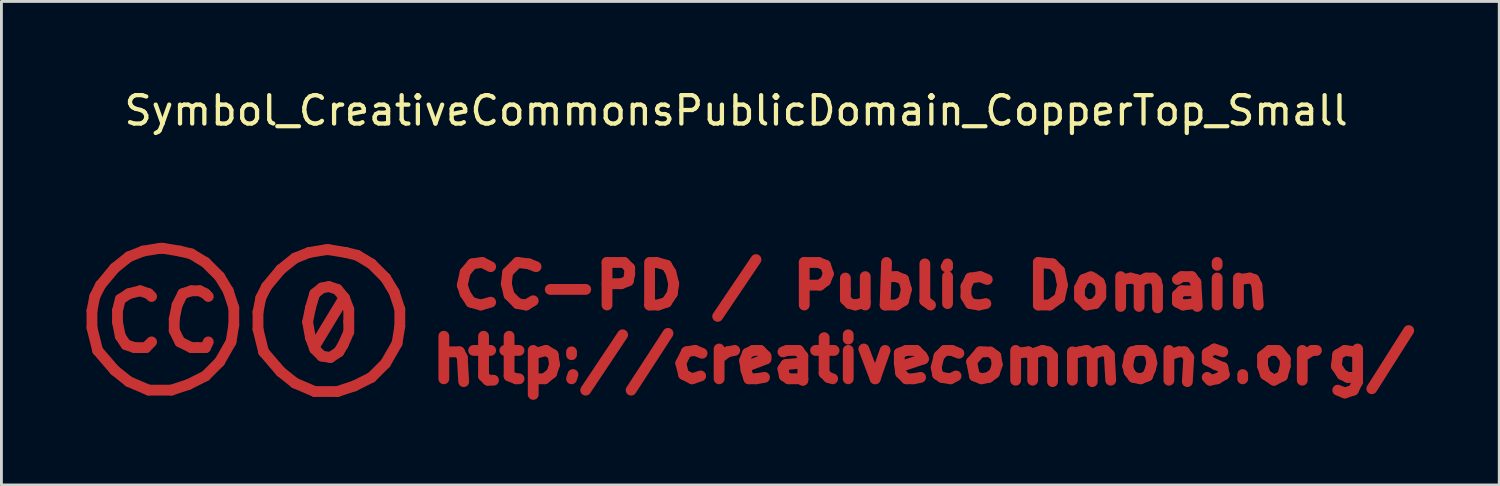
<source format=kicad_pcb>
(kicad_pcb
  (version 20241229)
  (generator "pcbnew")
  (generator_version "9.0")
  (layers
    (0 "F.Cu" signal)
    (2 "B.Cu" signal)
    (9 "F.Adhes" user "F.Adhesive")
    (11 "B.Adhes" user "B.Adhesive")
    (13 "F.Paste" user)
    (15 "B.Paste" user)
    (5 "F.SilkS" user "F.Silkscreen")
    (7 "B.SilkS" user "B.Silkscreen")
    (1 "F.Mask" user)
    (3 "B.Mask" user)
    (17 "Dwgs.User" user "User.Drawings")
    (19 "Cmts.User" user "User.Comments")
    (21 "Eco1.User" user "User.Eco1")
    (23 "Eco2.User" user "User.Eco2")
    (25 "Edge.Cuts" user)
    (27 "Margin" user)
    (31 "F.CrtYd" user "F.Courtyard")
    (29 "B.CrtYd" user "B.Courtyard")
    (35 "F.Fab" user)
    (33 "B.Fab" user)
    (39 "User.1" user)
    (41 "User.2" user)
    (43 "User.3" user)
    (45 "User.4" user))
  (footprint "Symbol_CreativeCommonsPublicDomain_CopperTop_Small"
    (layer "F.Cu")
    (at 22.29 8.148)
    (property "Reference" "Symbol_CreativeCommonsPublicDomain_CopperTop_Small" (at 0.599 -7.3 0) (layer "F.SilkS") (effects (font (size 1 1) (thickness 0.15))))
    (attr through_hole)
    (fp_line (start -22.099 -0.25) (end -22.099 0.35) (stroke (width 0.381) (type solid)) (layer "F.Cu"))
    (fp_line (start -22.099 0.35) (end -21.901 1.15) (stroke (width 0.381) (type solid)) (layer "F.Cu"))
    (fp_line (start -22 -0.75) (end -22.099 -0.25) (stroke (width 0.381) (type solid)) (layer "F.Cu"))
    (fp_line (start -21.901 1.15) (end -21.299 1.851) (stroke (width 0.381) (type solid)) (layer "F.Cu"))
    (fp_line (start -21.8 -1.149) (end -22 -0.75) (stroke (width 0.381) (type solid)) (layer "F.Cu"))
    (fp_line (start -21.299 -1.751) (end -21.8 -1.149) (stroke (width 0.381) (type solid)) (layer "F.Cu"))
    (fp_line (start -21.299 1.851) (end -20.799 2.25) (stroke (width 0.381) (type solid)) (layer "F.Cu"))
    (fp_line (start -21.2 -0.25) (end -21.2 0.149) (stroke (width 0.381) (type solid)) (layer "F.Cu"))
    (fp_line (start -21.2 0.149) (end -21.101 0.649) (stroke (width 0.381) (type solid)) (layer "F.Cu"))
    (fp_line (start -21.101 -0.651) (end -21.2 -0.25) (stroke (width 0.381) (type solid)) (layer "F.Cu"))
    (fp_line (start -21.101 0.649) (end -20.9 0.949) (stroke (width 0.381) (type solid)) (layer "F.Cu"))
    (fp_line (start -20.9 0.949) (end -20.601 1.051) (stroke (width 0.381) (type solid)) (layer "F.Cu"))
    (fp_line (start -20.799 -2.15) (end -21.299 -1.751) (stroke (width 0.381) (type solid)) (layer "F.Cu"))
    (fp_line (start -20.799 -0.849) (end -21.101 -0.651) (stroke (width 0.381) (type solid)) (layer "F.Cu"))
    (fp_line (start -20.799 2.25) (end -20.1 2.549) (stroke (width 0.381) (type solid)) (layer "F.Cu"))
    (fp_line (start -20.601 1.051) (end -20.199 1.051) (stroke (width 0.381) (type solid)) (layer "F.Cu"))
    (fp_line (start -20.4 -0.951) (end -20.799 -0.849) (stroke (width 0.381) (type solid)) (layer "F.Cu"))
    (fp_line (start -20.301 -2.35) (end -20.799 -2.15) (stroke (width 0.381) (type solid)) (layer "F.Cu"))
    (fp_line (start -20.199 1.051) (end -19.999 0.85) (stroke (width 0.381) (type solid)) (layer "F.Cu"))
    (fp_line (start -20.1 -0.849) (end -20.4 -0.951) (stroke (width 0.381) (type solid)) (layer "F.Cu"))
    (fp_line (start -20.1 2.549) (end -19.3 2.549) (stroke (width 0.381) (type solid)) (layer "F.Cu"))
    (fp_line (start -19.999 -0.75) (end -20.1 -0.849) (stroke (width 0.381) (type solid)) (layer "F.Cu"))
    (fp_line (start -19.699 -2.449) (end -20.301 -2.35) (stroke (width 0.381) (type solid)) (layer "F.Cu"))
    (fp_line (start -19.6 -2.449) (end -19.699 -2.449) (stroke (width 0.381) (type solid)) (layer "F.Cu"))
    (fp_line (start -19.3 2.549) (end -18.701 2.351) (stroke (width 0.381) (type solid)) (layer "F.Cu"))
    (fp_line (start -19.201 0.05) (end -19.201 0.449) (stroke (width 0.381) (type solid)) (layer "F.Cu"))
    (fp_line (start -19.201 0.449) (end -19.001 0.85) (stroke (width 0.381) (type solid)) (layer "F.Cu"))
    (fp_line (start -19.1 -0.45) (end -19.201 0.05) (stroke (width 0.381) (type solid)) (layer "F.Cu"))
    (fp_line (start -19.001 -2.35) (end -19.6 -2.449) (stroke (width 0.381) (type solid)) (layer "F.Cu"))
    (fp_line (start -19.001 0.85) (end -18.599 1.051) (stroke (width 0.381) (type solid)) (layer "F.Cu"))
    (fp_line (start -18.899 -0.849) (end -19.1 -0.45) (stroke (width 0.381) (type solid)) (layer "F.Cu"))
    (fp_line (start -18.701 2.351) (end -18.099 2.049) (stroke (width 0.381) (type solid)) (layer "F.Cu"))
    (fp_line (start -18.599 -2.251) (end -19.001 -2.35) (stroke (width 0.381) (type solid)) (layer "F.Cu"))
    (fp_line (start -18.599 -0.951) (end -18.899 -0.849) (stroke (width 0.381) (type solid)) (layer "F.Cu"))
    (fp_line (start -18.599 1.051) (end -18.401 1.051) (stroke (width 0.381) (type solid)) (layer "F.Cu"))
    (fp_line (start -18.401 1.051) (end -18.099 1.051) (stroke (width 0.381) (type solid)) (layer "F.Cu"))
    (fp_line (start -18.3 -0.951) (end -18.599 -0.951) (stroke (width 0.381) (type solid)) (layer "F.Cu"))
    (fp_line (start -18.099 -1.949) (end -18.599 -2.251) (stroke (width 0.381) (type solid)) (layer "F.Cu"))
    (fp_line (start -18.099 -0.849) (end -18.3 -0.951) (stroke (width 0.381) (type solid)) (layer "F.Cu"))
    (fp_line (start -18.099 1.051) (end -18 0.85) (stroke (width 0.381) (type solid)) (layer "F.Cu"))
    (fp_line (start -18.099 2.049) (end -17.601 1.551) (stroke (width 0.381) (type solid)) (layer "F.Cu"))
    (fp_line (start -18 -0.75) (end -18.099 -0.849) (stroke (width 0.381) (type solid)) (layer "F.Cu"))
    (fp_line (start -17.601 -1.451) (end -18.099 -1.949) (stroke (width 0.381) (type solid)) (layer "F.Cu"))
    (fp_line (start -17.601 1.551) (end -17.2 0.85) (stroke (width 0.381) (type solid)) (layer "F.Cu"))
    (fp_line (start -17.299 -0.951) (end -17.601 -1.451) (stroke (width 0.381) (type solid)) (layer "F.Cu"))
    (fp_line (start -17.2 0.85) (end -17.101 0.251) (stroke (width 0.381) (type solid)) (layer "F.Cu"))
    (fp_line (start -17.101 -0.349) (end -17.299 -0.951) (stroke (width 0.381) (type solid)) (layer "F.Cu"))
    (fp_line (start -17.101 0.251) (end -17.101 -0.349) (stroke (width 0.381) (type solid)) (layer "F.Cu"))
    (fp_line (start -16.249 -0.2) (end -16.249 0.4) (stroke (width 0.381) (type solid)) (layer "F.Cu"))
    (fp_line (start -16.249 0.4) (end -16.051 1.2) (stroke (width 0.381) (type solid)) (layer "F.Cu"))
    (fp_line (start -16.15 -0.7) (end -16.249 -0.2) (stroke (width 0.381) (type solid)) (layer "F.Cu"))
    (fp_line (start -16.051 1.2) (end -15.449 1.901) (stroke (width 0.381) (type solid)) (layer "F.Cu"))
    (fp_line (start -15.95 -1.099) (end -16.15 -0.7) (stroke (width 0.381) (type solid)) (layer "F.Cu"))
    (fp_line (start -15.449 -1.701) (end -15.95 -1.099) (stroke (width 0.381) (type solid)) (layer "F.Cu"))
    (fp_line (start -15.449 1.901) (end -14.949 2.3) (stroke (width 0.381) (type solid)) (layer "F.Cu"))
    (fp_line (start -14.949 -2.1) (end -15.449 -1.701) (stroke (width 0.381) (type solid)) (layer "F.Cu"))
    (fp_line (start -14.949 2.3) (end -14.25 2.599) (stroke (width 0.381) (type solid)) (layer "F.Cu"))
    (fp_line (start -14.5 0.15) (end -14.4 -0.35) (stroke (width 0.381) (type solid)) (layer "F.Cu"))
    (fp_line (start -14.451 -2.3) (end -14.949 -2.1) (stroke (width 0.381) (type solid)) (layer "F.Cu"))
    (fp_line (start -14.4 -0.35) (end -14.25 -0.85) (stroke (width 0.381) (type solid)) (layer "F.Cu"))
    (fp_line (start -14.4 0.7) (end -14.5 0.15) (stroke (width 0.381) (type solid)) (layer "F.Cu"))
    (fp_line (start -14.25 2.599) (end -13.45 2.599) (stroke (width 0.381) (type solid)) (layer "F.Cu"))
    (fp_line (start -14.25 -0.85) (end -14 -1.05) (stroke (width 0.381) (type solid)) (layer "F.Cu"))
    (fp_line (start -14.25 1.1) (end -14.4 0.7) (stroke (width 0.381) (type solid)) (layer "F.Cu"))
    (fp_line (start -14 -1.05) (end -13.75 -1.1) (stroke (width 0.381) (type solid)) (layer "F.Cu"))
    (fp_line (start -14 1.35) (end -14.25 1.1) (stroke (width 0.381) (type solid)) (layer "F.Cu"))
    (fp_line (start -13.849 -2.399) (end -14.451 -2.3) (stroke (width 0.381) (type solid)) (layer "F.Cu"))
    (fp_line (start -13.75 -2.399) (end -13.849 -2.399) (stroke (width 0.381) (type solid)) (layer "F.Cu"))
    (fp_line (start -13.75 -1.1) (end -13.45 -1) (stroke (width 0.381) (type solid)) (layer "F.Cu"))
    (fp_line (start -13.7 1.4) (end -14 1.35) (stroke (width 0.381) (type solid)) (layer "F.Cu"))
    (fp_line (start -13.45 2.599) (end -12.851 2.401) (stroke (width 0.381) (type solid)) (layer "F.Cu"))
    (fp_line (start -13.45 -1) (end -13.2 -0.7) (stroke (width 0.381) (type solid)) (layer "F.Cu"))
    (fp_line (start -13.4 1.2) (end -13.7 1.4) (stroke (width 0.381) (type solid)) (layer "F.Cu"))
    (fp_line (start -13.25 -0.65) (end -14.25 1) (stroke (width 0.381) (type solid)) (layer "F.Cu"))
    (fp_line (start -13.25 0.95) (end -13.4 1.2) (stroke (width 0.381) (type solid)) (layer "F.Cu"))
    (fp_line (start -13.2 -0.7) (end -13.05 -0.3) (stroke (width 0.381) (type solid)) (layer "F.Cu"))
    (fp_line (start -13.151 -2.3) (end -13.75 -2.399) (stroke (width 0.381) (type solid)) (layer "F.Cu"))
    (fp_line (start -13.05 -0.3) (end -13.05 0.15) (stroke (width 0.381) (type solid)) (layer "F.Cu"))
    (fp_line (start -13.05 0.15) (end -13.05 0.5) (stroke (width 0.381) (type solid)) (layer "F.Cu"))
    (fp_line (start -13.05 0.5) (end -13.25 0.95) (stroke (width 0.381) (type solid)) (layer "F.Cu"))
    (fp_line (start -12.851 2.401) (end -12.249 2.099) (stroke (width 0.381) (type solid)) (layer "F.Cu"))
    (fp_line (start -12.749 -2.201) (end -13.151 -2.3) (stroke (width 0.381) (type solid)) (layer "F.Cu"))
    (fp_line (start -12.249 -1.899) (end -12.749 -2.201) (stroke (width 0.381) (type solid)) (layer "F.Cu"))
    (fp_line (start -12.249 2.099) (end -11.751 1.601) (stroke (width 0.381) (type solid)) (layer "F.Cu"))
    (fp_line (start -11.751 -1.401) (end -12.249 -1.899) (stroke (width 0.381) (type solid)) (layer "F.Cu"))
    (fp_line (start -11.751 1.601) (end -11.35 0.9) (stroke (width 0.381) (type solid)) (layer "F.Cu"))
    (fp_line (start -11.449 -0.901) (end -11.751 -1.401) (stroke (width 0.381) (type solid)) (layer "F.Cu"))
    (fp_line (start -11.35 0.9) (end -11.251 0.301) (stroke (width 0.381) (type solid)) (layer "F.Cu"))
    (fp_line (start -11.251 -0.299) (end -11.449 -0.901) (stroke (width 0.381) (type solid)) (layer "F.Cu"))
    (fp_line (start -11.251 0.301) (end -11.251 -0.299) (stroke (width 0.381) (type solid)) (layer "F.Cu"))
    (fp_line (start -9.7 0.65) (end -9.7 2.15) (stroke (width 0.381) (type solid)) (layer "F.Cu"))
    (fp_line (start -9.15 1.2) (end -9.55 1.2) (stroke (width 0.381) (type solid)) (layer "F.Cu"))
    (fp_line (start -9.05 -1.15) (end -8.95 -0.85) (stroke (width 0.381) (type solid)) (layer "F.Cu"))
    (fp_line (start -9.05 1.4) (end -9.15 1.2) (stroke (width 0.381) (type solid)) (layer "F.Cu"))
    (fp_line (start -9 2.25) (end -9.05 1.4) (stroke (width 0.381) (type solid)) (layer "F.Cu"))
    (fp_line (start -8.95 -1.6) (end -9.05 -1.15) (stroke (width 0.381) (type solid)) (layer "F.Cu"))
    (fp_line (start -8.95 -0.85) (end -8.75 -0.55) (stroke (width 0.381) (type solid)) (layer "F.Cu"))
    (fp_line (start -8.75 -0.55) (end -8.4 -0.45) (stroke (width 0.381) (type solid)) (layer "F.Cu"))
    (fp_line (start -8.7 -1.9) (end -8.95 -1.6) (stroke (width 0.381) (type solid)) (layer "F.Cu"))
    (fp_line (start -8.65 1.15) (end -8.05 1.15) (stroke (width 0.381) (type solid)) (layer "F.Cu"))
    (fp_line (start -8.4 -0.45) (end -8.05 -0.55) (stroke (width 0.381) (type solid)) (layer "F.Cu"))
    (fp_line (start -8.35 -1.95) (end -8.7 -1.9) (stroke (width 0.381) (type solid)) (layer "F.Cu"))
    (fp_line (start -8.3 0.65) (end -8.3 2.05) (stroke (width 0.381) (type solid)) (layer "F.Cu"))
    (fp_line (start -8.3 2.05) (end -8.15 2.2) (stroke (width 0.381) (type solid)) (layer "F.Cu"))
    (fp_line (start -8.15 2.2) (end -7.95 2.2) (stroke (width 0.381) (type solid)) (layer "F.Cu"))
    (fp_line (start -8.05 -1.8) (end -8.35 -1.95) (stroke (width 0.381) (type solid)) (layer "F.Cu"))
    (fp_line (start -7.5 -1.2) (end -7.4 -0.8) (stroke (width 0.381) (type solid)) (layer "F.Cu"))
    (fp_line (start -7.45 -1.6) (end -7.5 -1.2) (stroke (width 0.381) (type solid)) (layer "F.Cu"))
    (fp_line (start -7.4 -0.8) (end -7.1 -0.5) (stroke (width 0.381) (type solid)) (layer "F.Cu"))
    (fp_line (start -7.4 0.65) (end -7.4 2.05) (stroke (width 0.381) (type solid)) (layer "F.Cu"))
    (fp_line (start -7.4 2.05) (end -7.15 2.15) (stroke (width 0.381) (type solid)) (layer "F.Cu"))
    (fp_line (start -7.15 2.15) (end -7.05 2.15) (stroke (width 0.381) (type solid)) (layer "F.Cu"))
    (fp_line (start -7.1 -1.95) (end -7.45 -1.6) (stroke (width 0.381) (type solid)) (layer "F.Cu"))
    (fp_line (start -7.1 -0.5) (end -6.8 -0.45) (stroke (width 0.381) (type solid)) (layer "F.Cu"))
    (fp_line (start -7.05 1.15) (end -7.55 1.15) (stroke (width 0.381) (type solid)) (layer "F.Cu"))
    (fp_line (start -6.8 -0.45) (end -6.55 -0.6) (stroke (width 0.381) (type solid)) (layer "F.Cu"))
    (fp_line (start -6.7 -1.9) (end -7.1 -1.95) (stroke (width 0.381) (type solid)) (layer "F.Cu"))
    (fp_line (start -6.55 2.7) (end -6.55 1.15) (stroke (width 0.381) (type solid)) (layer "F.Cu"))
    (fp_line (start -6.5 2.15) (end -6.15 2.15) (stroke (width 0.381) (type solid)) (layer "F.Cu"))
    (fp_line (start -6.45 -1.8) (end -6.7 -1.9) (stroke (width 0.381) (type solid)) (layer "F.Cu"))
    (fp_line (start -6.15 2.15) (end -5.9 1.95) (stroke (width 0.381) (type solid)) (layer "F.Cu"))
    (fp_line (start -6.1 1.15) (end -6.45 1.25) (stroke (width 0.381) (type solid)) (layer "F.Cu"))
    (fp_line (start -5.95 -1) (end -4.7 -1) (stroke (width 0.381) (type solid)) (layer "F.Cu"))
    (fp_line (start -5.9 1.95) (end -5.8 1.65) (stroke (width 0.381) (type solid)) (layer "F.Cu"))
    (fp_line (start -5.85 1.3) (end -6.1 1.15) (stroke (width 0.381) (type solid)) (layer "F.Cu"))
    (fp_line (start -5.8 1.65) (end -5.85 1.3) (stroke (width 0.381) (type solid)) (layer "F.Cu"))
    (fp_line (start -5.2 1.2) (end -5.2 1.3) (stroke (width 0.381) (type solid)) (layer "F.Cu"))
    (fp_line (start -5.15 2) (end -5.2 2.15) (stroke (width 0.381) (type solid)) (layer "F.Cu"))
    (fp_line (start -4.7 2.55) (end -3.4 0.6) (stroke (width 0.381) (type solid)) (layer "F.Cu"))
    (fp_line (start -3.95 -1.95) (end -3.35 -1.95) (stroke (width 0.381) (type solid)) (layer "F.Cu"))
    (fp_line (start -3.95 -0.45) (end -3.95 -1.95) (stroke (width 0.381) (type solid)) (layer "F.Cu"))
    (fp_line (start -3.45 -1.2) (end -3.95 -1.2) (stroke (width 0.381) (type solid)) (layer "F.Cu"))
    (fp_line (start -3.35 -1.95) (end -3.15 -1.75) (stroke (width 0.381) (type solid)) (layer "F.Cu"))
    (fp_line (start -3.2 -1.3) (end -3.45 -1.2) (stroke (width 0.381) (type solid)) (layer "F.Cu"))
    (fp_line (start -3.15 -1.75) (end -3.15 -1.55) (stroke (width 0.381) (type solid)) (layer "F.Cu"))
    (fp_line (start -3.15 -1.55) (end -3.2 -1.3) (stroke (width 0.381) (type solid)) (layer "F.Cu"))
    (fp_line (start -3.1 2.55) (end -1.8 0.55) (stroke (width 0.381) (type solid)) (layer "F.Cu"))
    (fp_line (start -2.45 -1.95) (end -2.45 -0.45) (stroke (width 0.381) (type solid)) (layer "F.Cu"))
    (fp_line (start -2.45 -0.45) (end -2.15 -0.45) (stroke (width 0.381) (type solid)) (layer "F.Cu"))
    (fp_line (start -2.2 -1.95) (end -2.35 -1.95) (stroke (width 0.381) (type solid)) (layer "F.Cu"))
    (fp_line (start -2.15 -0.45) (end -1.85 -0.55) (stroke (width 0.381) (type solid)) (layer "F.Cu"))
    (fp_line (start -1.85 -1.85) (end -2.2 -1.95) (stroke (width 0.381) (type solid)) (layer "F.Cu"))
    (fp_line (start -1.85 -0.55) (end -1.65 -0.85) (stroke (width 0.381) (type solid)) (layer "F.Cu"))
    (fp_line (start -1.7 -1.6) (end -1.85 -1.85) (stroke (width 0.381) (type solid)) (layer "F.Cu"))
    (fp_line (start -1.65 -0.85) (end -1.6 -1.2) (stroke (width 0.381) (type solid)) (layer "F.Cu"))
    (fp_line (start -1.6 -1.2) (end -1.7 -1.6) (stroke (width 0.381) (type solid)) (layer "F.Cu"))
    (fp_line (start -1.35 1.6) (end -1.25 2) (stroke (width 0.381) (type solid)) (layer "F.Cu"))
    (fp_line (start -1.25 2) (end -0.95 2.15) (stroke (width 0.381) (type solid)) (layer "F.Cu"))
    (fp_line (start -1.15 1.2) (end -1.35 1.6) (stroke (width 0.381) (type solid)) (layer "F.Cu"))
    (fp_line (start -0.95 2.15) (end -0.65 2.05) (stroke (width 0.381) (type solid)) (layer "F.Cu"))
    (fp_line (start -0.85 1.15) (end -1.15 1.2) (stroke (width 0.381) (type solid)) (layer "F.Cu"))
    (fp_line (start -0.6 1.25) (end -0.85 1.15) (stroke (width 0.381) (type solid)) (layer "F.Cu"))
    (fp_line (start -0.05 -0.05) (end 1.3 -2.05) (stroke (width 0.381) (type solid)) (layer "F.Cu"))
    (fp_line (start 0 2.15) (end 0 1.1) (stroke (width 0.381) (type solid)) (layer "F.Cu"))
    (fp_line (start 0.3 1.2) (end 0.1 1.35) (stroke (width 0.381) (type solid)) (layer "F.Cu"))
    (fp_line (start 0.55 1.15) (end 0.3 1.2) (stroke (width 0.381) (type solid)) (layer "F.Cu"))
    (fp_line (start 0.9 1.5) (end 1 1.25) (stroke (width 0.381) (type solid)) (layer "F.Cu"))
    (fp_line (start 0.95 1.85) (end 0.9 1.5) (stroke (width 0.381) (type solid)) (layer "F.Cu"))
    (fp_line (start 1 1.25) (end 1.2 1.15) (stroke (width 0.381) (type solid)) (layer "F.Cu"))
    (fp_line (start 1.05 2.15) (end 0.95 1.85) (stroke (width 0.381) (type solid)) (layer "F.Cu"))
    (fp_line (start 1.2 1.15) (end 1.45 1.15) (stroke (width 0.381) (type solid)) (layer "F.Cu"))
    (fp_line (start 1.3 2.15) (end 1.05 2.15) (stroke (width 0.381) (type solid)) (layer "F.Cu"))
    (fp_line (start 1.45 1.15) (end 1.65 1.35) (stroke (width 0.381) (type solid)) (layer "F.Cu"))
    (fp_line (start 1.6 2.1) (end 1.3 2.15) (stroke (width 0.381) (type solid)) (layer "F.Cu"))
    (fp_line (start 1.65 1.35) (end 1.65 1.45) (stroke (width 0.381) (type solid)) (layer "F.Cu"))
    (fp_line (start 1.65 1.45) (end 1 1.7) (stroke (width 0.381) (type solid)) (layer "F.Cu"))
    (fp_line (start 2.25 1.2) (end 2.4 1.15) (stroke (width 0.381) (type solid)) (layer "F.Cu"))
    (fp_line (start 2.25 1.8) (end 2.35 1.65) (stroke (width 0.381) (type solid)) (layer "F.Cu"))
    (fp_line (start 2.3 2.05) (end 2.25 1.8) (stroke (width 0.381) (type solid)) (layer "F.Cu"))
    (fp_line (start 2.35 1.65) (end 2.85 1.6) (stroke (width 0.381) (type solid)) (layer "F.Cu"))
    (fp_line (start 2.4 1.15) (end 2.8 1.15) (stroke (width 0.381) (type solid)) (layer "F.Cu"))
    (fp_line (start 2.45 2.15) (end 2.3 2.05) (stroke (width 0.381) (type solid)) (layer "F.Cu"))
    (fp_line (start 2.8 1.15) (end 2.95 1.35) (stroke (width 0.381) (type solid)) (layer "F.Cu"))
    (fp_line (start 2.95 1.35) (end 2.95 2.2) (stroke (width 0.381) (type solid)) (layer "F.Cu"))
    (fp_line (start 2.95 2.15) (end 2.45 2.15) (stroke (width 0.381) (type solid)) (layer "F.Cu"))
    (fp_line (start 2.95 2.2) (end 2.95 2.15) (stroke (width 0.381) (type solid)) (layer "F.Cu"))
    (fp_line (start 3 -1.95) (end 3.5 -1.95) (stroke (width 0.381) (type solid)) (layer "F.Cu"))
    (fp_line (start 3 -0.45) (end 3 -1.95) (stroke (width 0.381) (type solid)) (layer "F.Cu"))
    (fp_line (start 3.4 1.15) (end 4.05 1.15) (stroke (width 0.381) (type solid)) (layer "F.Cu"))
    (fp_line (start 3.5 -1.95) (end 3.75 -1.85) (stroke (width 0.381) (type solid)) (layer "F.Cu"))
    (fp_line (start 3.55 -1.15) (end 3.1 -1.15) (stroke (width 0.381) (type solid)) (layer "F.Cu"))
    (fp_line (start 3.7 0.7) (end 3.7 1.95) (stroke (width 0.381) (type solid)) (layer "F.Cu"))
    (fp_line (start 3.7 1.95) (end 3.85 2.1) (stroke (width 0.381) (type solid)) (layer "F.Cu"))
    (fp_line (start 3.75 -1.85) (end 3.85 -1.55) (stroke (width 0.381) (type solid)) (layer "F.Cu"))
    (fp_line (start 3.75 -1.3) (end 3.55 -1.15) (stroke (width 0.381) (type solid)) (layer "F.Cu"))
    (fp_line (start 3.85 -1.55) (end 3.75 -1.3) (stroke (width 0.381) (type solid)) (layer "F.Cu"))
    (fp_line (start 3.85 2.1) (end 4 2.15) (stroke (width 0.381) (type solid)) (layer "F.Cu"))
    (fp_line (start 4.45 -1.4) (end 4.45 -1) (stroke (width 0.381) (type solid)) (layer "F.Cu"))
    (fp_line (start 4.45 -1) (end 4.45 -0.65) (stroke (width 0.381) (type solid)) (layer "F.Cu"))
    (fp_line (start 4.45 -0.65) (end 4.6 -0.5) (stroke (width 0.381) (type solid)) (layer "F.Cu"))
    (fp_line (start 4.55 0.6) (end 4.55 0.75) (stroke (width 0.381) (type solid)) (layer "F.Cu"))
    (fp_line (start 4.55 1.15) (end 4.55 2.15) (stroke (width 0.381) (type solid)) (layer "F.Cu"))
    (fp_line (start 4.6 -0.5) (end 4.8 -0.45) (stroke (width 0.381) (type solid)) (layer "F.Cu"))
    (fp_line (start 4.8 -0.45) (end 5.15 -0.55) (stroke (width 0.381) (type solid)) (layer "F.Cu"))
    (fp_line (start 5.1 1.1) (end 5.5 2.15) (stroke (width 0.381) (type solid)) (layer "F.Cu"))
    (fp_line (start 5.15 -1.45) (end 5.15 -0.45) (stroke (width 0.381) (type solid)) (layer "F.Cu"))
    (fp_line (start 5.5 2.15) (end 5.85 1.15) (stroke (width 0.381) (type solid)) (layer "F.Cu"))
    (fp_line (start 5.85 -0.45) (end 6.25 -0.45) (stroke (width 0.381) (type solid)) (layer "F.Cu"))
    (fp_line (start 5.9 -1.95) (end 5.85 -0.45) (stroke (width 0.381) (type solid)) (layer "F.Cu"))
    (fp_line (start 6.25 -1.45) (end 5.95 -1.45) (stroke (width 0.381) (type solid)) (layer "F.Cu"))
    (fp_line (start 6.25 -0.45) (end 6.5 -0.6) (stroke (width 0.381) (type solid)) (layer "F.Cu"))
    (fp_line (start 6.35 1.25) (end 6.6 1.15) (stroke (width 0.381) (type solid)) (layer "F.Cu"))
    (fp_line (start 6.35 1.6) (end 6.35 1.25) (stroke (width 0.381) (type solid)) (layer "F.Cu"))
    (fp_line (start 6.4 1.95) (end 6.35 1.6) (stroke (width 0.381) (type solid)) (layer "F.Cu"))
    (fp_line (start 6.5 -1.35) (end 6.25 -1.45) (stroke (width 0.381) (type solid)) (layer "F.Cu"))
    (fp_line (start 6.5 -0.6) (end 6.6 -1) (stroke (width 0.381) (type solid)) (layer "F.Cu"))
    (fp_line (start 6.6 -1) (end 6.5 -1.35) (stroke (width 0.381) (type solid)) (layer "F.Cu"))
    (fp_line (start 6.6 1.15) (end 6.95 1.15) (stroke (width 0.381) (type solid)) (layer "F.Cu"))
    (fp_line (start 6.6 2.15) (end 6.4 1.95) (stroke (width 0.381) (type solid)) (layer "F.Cu"))
    (fp_line (start 6.85 2.15) (end 6.6 2.15) (stroke (width 0.381) (type solid)) (layer "F.Cu"))
    (fp_line (start 6.95 1.15) (end 7.15 1.35) (stroke (width 0.381) (type solid)) (layer "F.Cu"))
    (fp_line (start 7.1 2.1) (end 6.85 2.15) (stroke (width 0.381) (type solid)) (layer "F.Cu"))
    (fp_line (start 7.15 1.35) (end 7.2 1.45) (stroke (width 0.381) (type solid)) (layer "F.Cu"))
    (fp_line (start 7.2 1.45) (end 6.45 1.7) (stroke (width 0.381) (type solid)) (layer "F.Cu"))
    (fp_line (start 7.25 -1.9) (end 7.25 -0.6) (stroke (width 0.381) (type solid)) (layer "F.Cu"))
    (fp_line (start 7.25 -0.6) (end 7.45 -0.45) (stroke (width 0.381) (type solid)) (layer "F.Cu"))
    (fp_line (start 7.65 1.75) (end 7.7 2) (stroke (width 0.381) (type solid)) (layer "F.Cu"))
    (fp_line (start 7.7 2) (end 7.85 2.1) (stroke (width 0.381) (type solid)) (layer "F.Cu"))
    (fp_line (start 7.75 1.35) (end 7.65 1.75) (stroke (width 0.381) (type solid)) (layer "F.Cu"))
    (fp_line (start 7.85 2.1) (end 8.15 2.15) (stroke (width 0.381) (type solid)) (layer "F.Cu"))
    (fp_line (start 7.95 1.15) (end 7.75 1.35) (stroke (width 0.381) (type solid)) (layer "F.Cu"))
    (fp_line (start 8.05 -1.9) (end 8.05 -1.8) (stroke (width 0.381) (type solid)) (layer "F.Cu"))
    (fp_line (start 8.05 -1.8) (end 8 -1.8) (stroke (width 0.381) (type solid)) (layer "F.Cu"))
    (fp_line (start 8.05 -1.45) (end 8.05 -0.5) (stroke (width 0.381) (type solid)) (layer "F.Cu"))
    (fp_line (start 8.15 2.15) (end 8.35 2.05) (stroke (width 0.381) (type solid)) (layer "F.Cu"))
    (fp_line (start 8.2 1.15) (end 7.95 1.15) (stroke (width 0.381) (type solid)) (layer "F.Cu"))
    (fp_line (start 8.45 1.25) (end 8.2 1.15) (stroke (width 0.381) (type solid)) (layer "F.Cu"))
    (fp_line (start 8.7 -1.1) (end 8.7 -0.75) (stroke (width 0.381) (type solid)) (layer "F.Cu"))
    (fp_line (start 8.7 -0.75) (end 8.85 -0.5) (stroke (width 0.381) (type solid)) (layer "F.Cu"))
    (fp_line (start 8.85 -1.4) (end 8.7 -1.1) (stroke (width 0.381) (type solid)) (layer "F.Cu"))
    (fp_line (start 8.85 -0.5) (end 9.15 -0.45) (stroke (width 0.381) (type solid)) (layer "F.Cu"))
    (fp_line (start 8.9 1.55) (end 9 2.05) (stroke (width 0.381) (type solid)) (layer "F.Cu"))
    (fp_line (start 9 2.05) (end 9.25 2.15) (stroke (width 0.381) (type solid)) (layer "F.Cu"))
    (fp_line (start 9.15 -0.45) (end 9.4 -0.5) (stroke (width 0.381) (type solid)) (layer "F.Cu"))
    (fp_line (start 9.2 -1.45) (end 8.85 -1.4) (stroke (width 0.381) (type solid)) (layer "F.Cu"))
    (fp_line (start 9.2 1.2) (end 8.9 1.55) (stroke (width 0.381) (type solid)) (layer "F.Cu"))
    (fp_line (start 9.25 2.15) (end 9.5 2.1) (stroke (width 0.381) (type solid)) (layer "F.Cu"))
    (fp_line (start 9.4 1.2) (end 9.2 1.2) (stroke (width 0.381) (type solid)) (layer "F.Cu"))
    (fp_line (start 9.45 -1.35) (end 9.2 -1.45) (stroke (width 0.381) (type solid)) (layer "F.Cu"))
    (fp_line (start 9.5 2.1) (end 9.7 1.95) (stroke (width 0.381) (type solid)) (layer "F.Cu"))
    (fp_line (start 9.7 1.95) (end 9.8 1.65) (stroke (width 0.381) (type solid)) (layer "F.Cu"))
    (fp_line (start 9.75 1.35) (end 9.55 1.2) (stroke (width 0.381) (type solid)) (layer "F.Cu"))
    (fp_line (start 9.8 1.65) (end 9.75 1.35) (stroke (width 0.381) (type solid)) (layer "F.Cu"))
    (fp_line (start 10.45 2.2) (end 10.45 1.15) (stroke (width 0.381) (type solid)) (layer "F.Cu"))
    (fp_line (start 10.9 1.2) (end 10.5 1.25) (stroke (width 0.381) (type solid)) (layer "F.Cu"))
    (fp_line (start 11.05 1.35) (end 10.9 1.2) (stroke (width 0.381) (type solid)) (layer "F.Cu"))
    (fp_line (start 11.05 2.2) (end 11.05 1.35) (stroke (width 0.381) (type solid)) (layer "F.Cu"))
    (fp_line (start 11.25 -1.95) (end 11.25 -0.45) (stroke (width 0.381) (type solid)) (layer "F.Cu"))
    (fp_line (start 11.25 -0.45) (end 11.65 -0.45) (stroke (width 0.381) (type solid)) (layer "F.Cu"))
    (fp_line (start 11.4 1.15) (end 11.1 1.25) (stroke (width 0.381) (type solid)) (layer "F.Cu"))
    (fp_line (start 11.6 1.2) (end 11.4 1.15) (stroke (width 0.381) (type solid)) (layer "F.Cu"))
    (fp_line (start 11.65 -0.45) (end 12 -0.7) (stroke (width 0.381) (type solid)) (layer "F.Cu"))
    (fp_line (start 11.75 -1.9) (end 11.25 -1.95) (stroke (width 0.381) (type solid)) (layer "F.Cu"))
    (fp_line (start 11.75 1.35) (end 11.6 1.2) (stroke (width 0.381) (type solid)) (layer "F.Cu"))
    (fp_line (start 11.75 2.25) (end 11.75 1.35) (stroke (width 0.381) (type solid)) (layer "F.Cu"))
    (fp_line (start 12 -1.65) (end 11.75 -1.9) (stroke (width 0.381) (type solid)) (layer "F.Cu"))
    (fp_line (start 12 -0.7) (end 12.1 -1.15) (stroke (width 0.381) (type solid)) (layer "F.Cu"))
    (fp_line (start 12.1 -1.15) (end 12 -1.65) (stroke (width 0.381) (type solid)) (layer "F.Cu"))
    (fp_line (start 12.45 2.2) (end 12.45 1.2) (stroke (width 0.381) (type solid)) (layer "F.Cu"))
    (fp_line (start 12.7 -1.05) (end 12.7 -0.7) (stroke (width 0.381) (type solid)) (layer "F.Cu"))
    (fp_line (start 12.7 -0.7) (end 12.95 -0.45) (stroke (width 0.381) (type solid)) (layer "F.Cu"))
    (fp_line (start 12.7 1.2) (end 12.55 1.25) (stroke (width 0.381) (type solid)) (layer "F.Cu"))
    (fp_line (start 12.85 -1.35) (end 12.7 -1.05) (stroke (width 0.381) (type solid)) (layer "F.Cu"))
    (fp_line (start 12.95 -0.45) (end 13.25 -0.5) (stroke (width 0.381) (type solid)) (layer "F.Cu"))
    (fp_line (start 12.95 1.15) (end 12.7 1.2) (stroke (width 0.381) (type solid)) (layer "F.Cu"))
    (fp_line (start 13.1 -1.45) (end 12.85 -1.35) (stroke (width 0.381) (type solid)) (layer "F.Cu"))
    (fp_line (start 13.15 1.3) (end 12.95 1.15) (stroke (width 0.381) (type solid)) (layer "F.Cu"))
    (fp_line (start 13.15 2.25) (end 13.15 1.3) (stroke (width 0.381) (type solid)) (layer "F.Cu"))
    (fp_line (start 13.25 -0.5) (end 13.45 -0.75) (stroke (width 0.381) (type solid)) (layer "F.Cu"))
    (fp_line (start 13.35 1.2) (end 13.2 1.3) (stroke (width 0.381) (type solid)) (layer "F.Cu"))
    (fp_line (start 13.4 -1.25) (end 13.2 -1.4) (stroke (width 0.381) (type solid)) (layer "F.Cu"))
    (fp_line (start 13.45 -1.1) (end 13.4 -1.25) (stroke (width 0.381) (type solid)) (layer "F.Cu"))
    (fp_line (start 13.45 -0.75) (end 13.45 -1.1) (stroke (width 0.381) (type solid)) (layer "F.Cu"))
    (fp_line (start 13.6 1.15) (end 13.35 1.2) (stroke (width 0.381) (type solid)) (layer "F.Cu"))
    (fp_line (start 13.75 1.3) (end 13.6 1.15) (stroke (width 0.381) (type solid)) (layer "F.Cu"))
    (fp_line (start 13.8 2.2) (end 13.75 1.3) (stroke (width 0.381) (type solid)) (layer "F.Cu"))
    (fp_line (start 14.15 -0.4) (end 14.15 -1.45) (stroke (width 0.381) (type solid)) (layer "F.Cu"))
    (fp_line (start 14.4 1.7) (end 14.45 1.9) (stroke (width 0.381) (type solid)) (layer "F.Cu"))
    (fp_line (start 14.45 1.4) (end 14.4 1.7) (stroke (width 0.381) (type solid)) (layer "F.Cu"))
    (fp_line (start 14.45 1.9) (end 14.6 2.1) (stroke (width 0.381) (type solid)) (layer "F.Cu"))
    (fp_line (start 14.5 -1.4) (end 14.25 -1.35) (stroke (width 0.381) (type solid)) (layer "F.Cu"))
    (fp_line (start 14.55 1.2) (end 14.45 1.4) (stroke (width 0.381) (type solid)) (layer "F.Cu"))
    (fp_line (start 14.6 2.1) (end 14.85 2.15) (stroke (width 0.381) (type solid)) (layer "F.Cu"))
    (fp_line (start 14.7 -1.35) (end 14.5 -1.4) (stroke (width 0.381) (type solid)) (layer "F.Cu"))
    (fp_line (start 14.75 1.15) (end 14.55 1.2) (stroke (width 0.381) (type solid)) (layer "F.Cu"))
    (fp_line (start 14.8 -1.25) (end 14.7 -1.35) (stroke (width 0.381) (type solid)) (layer "F.Cu"))
    (fp_line (start 14.8 -0.4) (end 14.8 -1.25) (stroke (width 0.381) (type solid)) (layer "F.Cu"))
    (fp_line (start 14.85 2.15) (end 15.1 2.05) (stroke (width 0.381) (type solid)) (layer "F.Cu"))
    (fp_line (start 15 1.15) (end 14.75 1.15) (stroke (width 0.381) (type solid)) (layer "F.Cu"))
    (fp_line (start 15.05 -1.4) (end 14.85 -1.3) (stroke (width 0.381) (type solid)) (layer "F.Cu"))
    (fp_line (start 15.1 2.05) (end 15.2 1.8) (stroke (width 0.381) (type solid)) (layer "F.Cu"))
    (fp_line (start 15.15 1.25) (end 15 1.15) (stroke (width 0.381) (type solid)) (layer "F.Cu"))
    (fp_line (start 15.2 1.8) (end 15.25 1.6) (stroke (width 0.381) (type solid)) (layer "F.Cu"))
    (fp_line (start 15.25 1.6) (end 15.2 1.35) (stroke (width 0.381) (type solid)) (layer "F.Cu"))
    (fp_line (start 15.3 -1.4) (end 15.05 -1.4) (stroke (width 0.381) (type solid)) (layer "F.Cu"))
    (fp_line (start 15.4 -1.3) (end 15.3 -1.4) (stroke (width 0.381) (type solid)) (layer "F.Cu"))
    (fp_line (start 15.45 -1.1) (end 15.4 -1.3) (stroke (width 0.381) (type solid)) (layer "F.Cu"))
    (fp_line (start 15.45 -0.35) (end 15.45 -1.1) (stroke (width 0.381) (type solid)) (layer "F.Cu"))
    (fp_line (start 15.85 2.2) (end 15.85 1.15) (stroke (width 0.381) (type solid)) (layer "F.Cu"))
    (fp_line (start 16.15 -1.35) (end 16.3 -1.45) (stroke (width 0.381) (type solid)) (layer "F.Cu"))
    (fp_line (start 16.15 -0.8) (end 16.15 -0.55) (stroke (width 0.381) (type solid)) (layer "F.Cu"))
    (fp_line (start 16.15 -0.55) (end 16.35 -0.45) (stroke (width 0.381) (type solid)) (layer "F.Cu"))
    (fp_line (start 16.2 1.2) (end 15.9 1.3) (stroke (width 0.381) (type solid)) (layer "F.Cu"))
    (fp_line (start 16.3 -1.45) (end 16.65 -1.45) (stroke (width 0.381) (type solid)) (layer "F.Cu"))
    (fp_line (start 16.3 -0.95) (end 16.15 -0.8) (stroke (width 0.381) (type solid)) (layer "F.Cu"))
    (fp_line (start 16.35 -0.45) (end 16.75 -0.5) (stroke (width 0.381) (type solid)) (layer "F.Cu"))
    (fp_line (start 16.4 1.2) (end 16.2 1.2) (stroke (width 0.381) (type solid)) (layer "F.Cu"))
    (fp_line (start 16.5 2.25) (end 16.55 1.4) (stroke (width 0.381) (type solid)) (layer "F.Cu"))
    (fp_line (start 16.55 1.4) (end 16.4 1.2) (stroke (width 0.381) (type solid)) (layer "F.Cu"))
    (fp_line (start 16.6 -0.95) (end 16.3 -0.95) (stroke (width 0.381) (type solid)) (layer "F.Cu"))
    (fp_line (start 16.65 -1.45) (end 16.8 -1.25) (stroke (width 0.381) (type solid)) (layer "F.Cu"))
    (fp_line (start 16.8 -1.25) (end 16.85 -0.4) (stroke (width 0.381) (type solid)) (layer "F.Cu"))
    (fp_line (start 17.2 1.25) (end 17.2 1.5) (stroke (width 0.381) (type solid)) (layer "F.Cu"))
    (fp_line (start 17.2 1.5) (end 17.5 1.65) (stroke (width 0.381) (type solid)) (layer "F.Cu"))
    (fp_line (start 17.3 2.2) (end 17.2 2.1) (stroke (width 0.381) (type solid)) (layer "F.Cu"))
    (fp_line (start 17.45 1.1) (end 17.2 1.25) (stroke (width 0.381) (type solid)) (layer "F.Cu"))
    (fp_line (start 17.5 1.65) (end 17.75 1.75) (stroke (width 0.381) (type solid)) (layer "F.Cu"))
    (fp_line (start 17.55 -1.95) (end 17.55 -1.85) (stroke (width 0.381) (type solid)) (layer "F.Cu"))
    (fp_line (start 17.55 -1.4) (end 17.55 -0.45) (stroke (width 0.381) (type solid)) (layer "F.Cu"))
    (fp_line (start 17.55 2.15) (end 17.3 2.2) (stroke (width 0.381) (type solid)) (layer "F.Cu"))
    (fp_line (start 17.75 1.2) (end 17.45 1.1) (stroke (width 0.381) (type solid)) (layer "F.Cu"))
    (fp_line (start 17.75 1.75) (end 17.8 2) (stroke (width 0.381) (type solid)) (layer "F.Cu"))
    (fp_line (start 17.8 2) (end 17.55 2.15) (stroke (width 0.381) (type solid)) (layer "F.Cu"))
    (fp_line (start 18.3 -1.4) (end 18.3 -0.5) (stroke (width 0.381) (type solid)) (layer "F.Cu"))
    (fp_line (start 18.45 2) (end 18.45 2.15) (stroke (width 0.381) (type solid)) (layer "F.Cu"))
    (fp_line (start 18.7 -1.4) (end 18.35 -1.35) (stroke (width 0.381) (type solid)) (layer "F.Cu"))
    (fp_line (start 18.85 -1.35) (end 18.7 -1.4) (stroke (width 0.381) (type solid)) (layer "F.Cu"))
    (fp_line (start 18.95 -1.15) (end 18.85 -1.35) (stroke (width 0.381) (type solid)) (layer "F.Cu"))
    (fp_line (start 19 -0.45) (end 18.95 -1.15) (stroke (width 0.381) (type solid)) (layer "F.Cu"))
    (fp_line (start 19.15 1.35) (end 19.15 1.7) (stroke (width 0.381) (type solid)) (layer "F.Cu"))
    (fp_line (start 19.15 1.7) (end 19.25 2) (stroke (width 0.381) (type solid)) (layer "F.Cu"))
    (fp_line (start 19.25 2) (end 19.55 2.2) (stroke (width 0.381) (type solid)) (layer "F.Cu"))
    (fp_line (start 19.4 1.15) (end 19.15 1.35) (stroke (width 0.381) (type solid)) (layer "F.Cu"))
    (fp_line (start 19.55 2.2) (end 19.85 2.05) (stroke (width 0.381) (type solid)) (layer "F.Cu"))
    (fp_line (start 19.7 1.15) (end 19.4 1.15) (stroke (width 0.381) (type solid)) (layer "F.Cu"))
    (fp_line (start 19.85 2.05) (end 19.95 1.7) (stroke (width 0.381) (type solid)) (layer "F.Cu"))
    (fp_line (start 19.95 1.45) (end 19.75 1.2) (stroke (width 0.381) (type solid)) (layer "F.Cu"))
    (fp_line (start 19.95 1.7) (end 19.95 1.45) (stroke (width 0.381) (type solid)) (layer "F.Cu"))
    (fp_line (start 20.55 1.15) (end 20.55 2.2) (stroke (width 0.381) (type solid)) (layer "F.Cu"))
    (fp_line (start 20.9 1.15) (end 20.65 1.3) (stroke (width 0.381) (type solid)) (layer "F.Cu"))
    (fp_line (start 21.05 1.15) (end 20.9 1.15) (stroke (width 0.381) (type solid)) (layer "F.Cu"))
    (fp_line (start 21.75 1.7) (end 21.95 2) (stroke (width 0.381) (type solid)) (layer "F.Cu"))
    (fp_line (start 21.8 1.3) (end 21.75 1.7) (stroke (width 0.381) (type solid)) (layer "F.Cu"))
    (fp_line (start 21.8 2.55) (end 22.05 2.65) (stroke (width 0.381) (type solid)) (layer "F.Cu"))
    (fp_line (start 21.95 2) (end 22.15 2.1) (stroke (width 0.381) (type solid)) (layer "F.Cu"))
    (fp_line (start 22.05 1.15) (end 21.8 1.3) (stroke (width 0.381) (type solid)) (layer "F.Cu"))
    (fp_line (start 22.05 2.65) (end 22.35 2.55) (stroke (width 0.381) (type solid)) (layer "F.Cu"))
    (fp_line (start 22.15 2.1) (end 22.4 2.1) (stroke (width 0.381) (type solid)) (layer "F.Cu"))
    (fp_line (start 22.35 2.55) (end 22.5 2.25) (stroke (width 0.381) (type solid)) (layer "F.Cu"))
    (fp_line (start 22.4 1.2) (end 22.05 1.15) (stroke (width 0.381) (type solid)) (layer "F.Cu"))
    (fp_line (start 22.5 2.25) (end 22.5 1.1) (stroke (width 0.381) (type solid)) (layer "F.Cu"))
    (fp_line (start 23 2.5) (end 24.3 0.45) (stroke (width 0.381) (type solid)) (layer "F.Cu")))
  (gr_rect
    (start -3 -3)
    (end 49.78 14.039)
    (stroke (width 0.1) (type default))
    (fill no)
    (layer "Edge.Cuts")))
</source>
